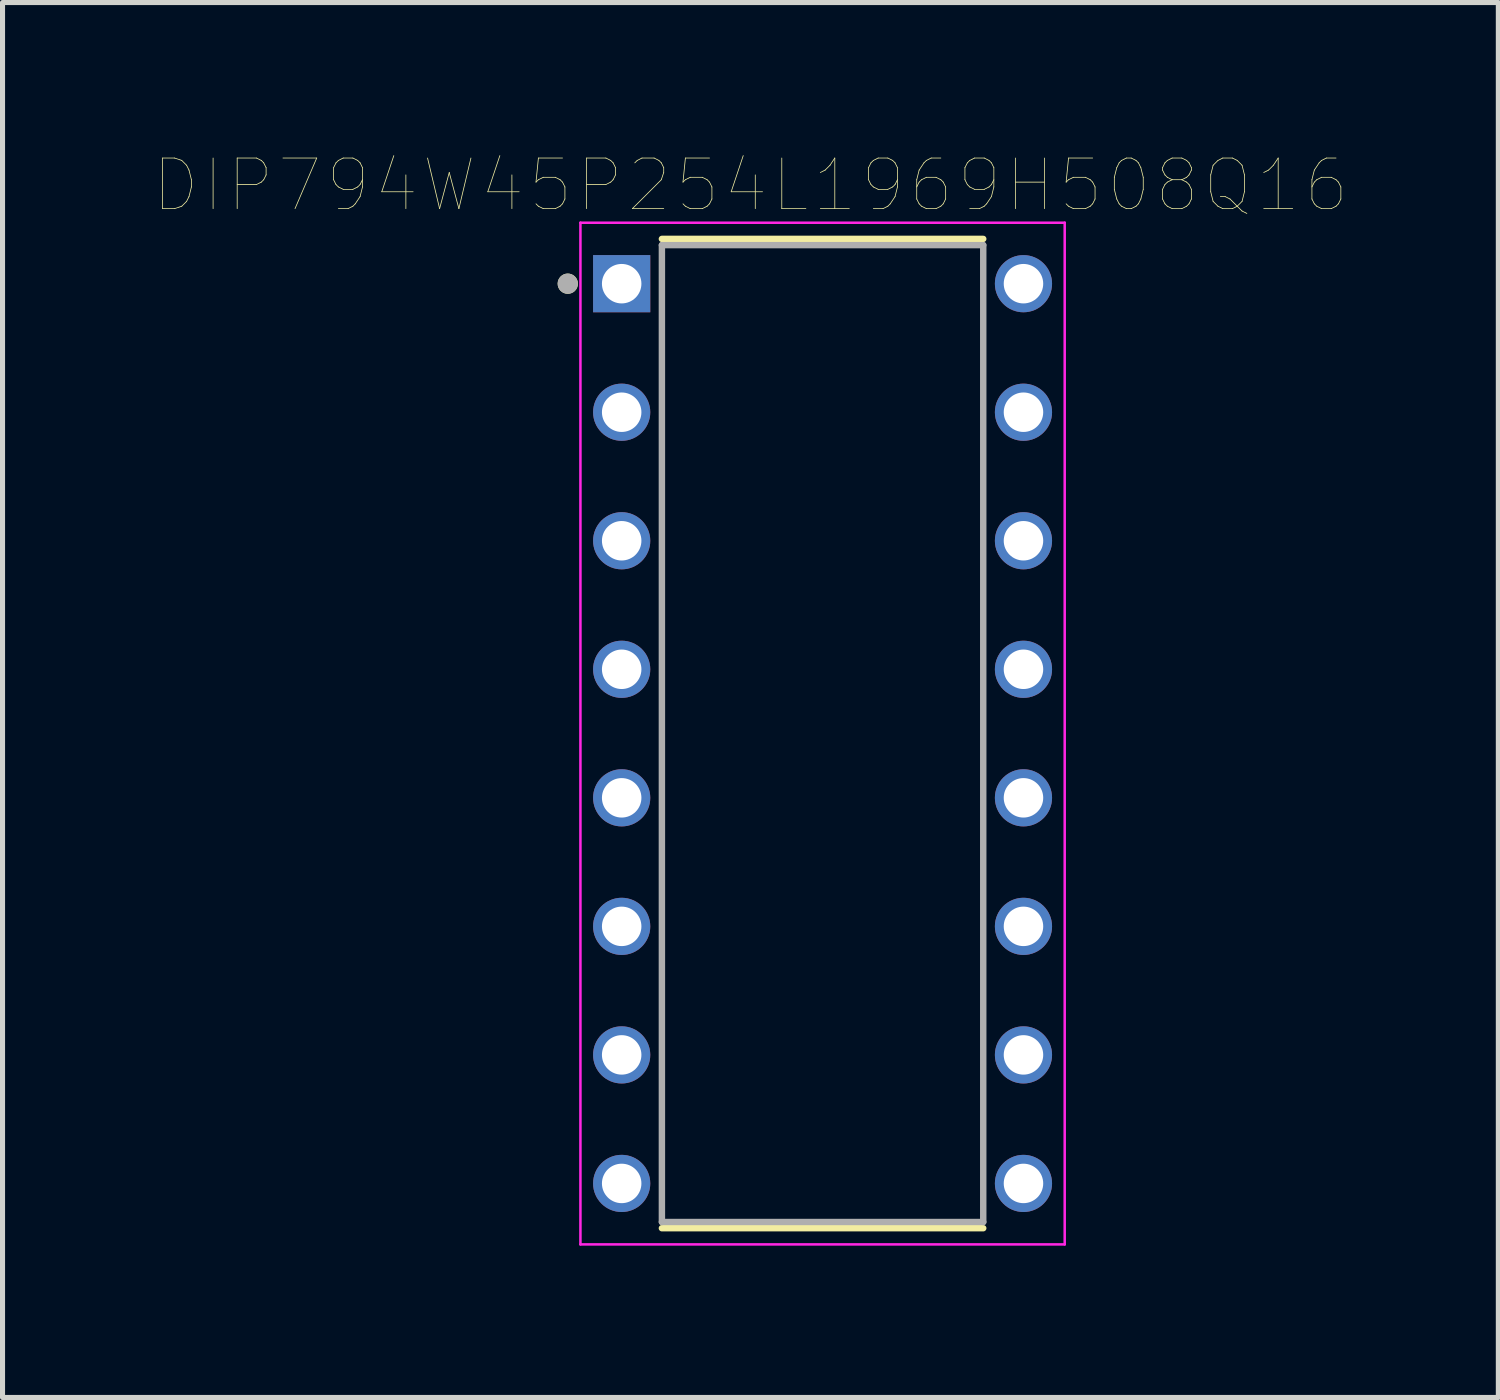
<source format=kicad_pcb>
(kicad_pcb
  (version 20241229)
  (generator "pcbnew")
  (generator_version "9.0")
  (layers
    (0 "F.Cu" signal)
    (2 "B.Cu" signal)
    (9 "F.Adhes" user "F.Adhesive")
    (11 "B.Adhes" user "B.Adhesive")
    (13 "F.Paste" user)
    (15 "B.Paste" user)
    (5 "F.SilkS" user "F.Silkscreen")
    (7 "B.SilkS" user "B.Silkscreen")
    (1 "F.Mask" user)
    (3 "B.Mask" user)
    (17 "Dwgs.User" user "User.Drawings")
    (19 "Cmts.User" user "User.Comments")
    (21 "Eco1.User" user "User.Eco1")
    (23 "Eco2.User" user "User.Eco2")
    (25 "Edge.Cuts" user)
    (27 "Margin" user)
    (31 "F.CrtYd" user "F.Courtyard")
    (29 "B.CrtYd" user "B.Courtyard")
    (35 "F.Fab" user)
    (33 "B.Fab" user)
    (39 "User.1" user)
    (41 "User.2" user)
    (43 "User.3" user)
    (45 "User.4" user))
  (footprint "DIP794W45P254L1969H508Q16"
    (layer "F.Cu")
    (at 13.205 11.446)
    (property "Reference" "DIP794W45P254L1969H508Q16" (at -1.425 -10.835 0) (layer "F.SilkS") (effects (font (size 1 1) (thickness 0.015))))
    (attr through_hole)
    (fp_line (start -3.175 -9.775) (end 3.175 -9.775) (stroke (width 0.127) (type solid)) (layer "F.SilkS"))
    (fp_line (start -3.175 9.775) (end 3.175 9.775) (stroke (width 0.127) (type solid)) (layer "F.SilkS"))
    (fp_circle (center -5.035 -8.89) (end -4.935 -8.89) (stroke (width 0.2) (type solid)) (fill no) (layer "F.SilkS"))
    (fp_line (start -4.785 -10.095) (end -4.785 10.095) (stroke (width 0.05) (type solid)) (layer "F.CrtYd"))
    (fp_line (start 4.785 -10.095) (end -4.785 -10.095) (stroke (width 0.05) (type solid)) (layer "F.CrtYd"))
    (fp_line (start 4.785 -10.095) (end 4.785 10.095) (stroke (width 0.05) (type solid)) (layer "F.CrtYd"))
    (fp_line (start 4.785 10.095) (end -4.785 10.095) (stroke (width 0.05) (type solid)) (layer "F.CrtYd"))
    (fp_line (start -3.175 -9.652) (end -3.175 9.652) (stroke (width 0.127) (type solid)) (layer "F.Fab"))
    (fp_line (start -3.175 -9.652) (end 3.175 -9.652) (stroke (width 0.127) (type solid)) (layer "F.Fab"))
    (fp_line (start -3.175 9.652) (end 3.175 9.652) (stroke (width 0.127) (type solid)) (layer "F.Fab"))
    (fp_line (start 3.175 -9.652) (end 3.175 9.652) (stroke (width 0.127) (type solid)) (layer "F.Fab"))
    (fp_circle (center -5.035 -8.89) (end -4.935 -8.89) (stroke (width 0.2) (type solid)) (fill no) (layer "F.Fab"))
    (pad "1" thru_hole rect (at -3.97 -8.89) (size 1.13 1.13) (drill 0.78) (layers "*.Cu" "*.Mask"))
    (pad "2" thru_hole circle (at -3.97 -6.35) (size 1.13 1.13) (drill 0.78) (layers "*.Cu" "*.Mask"))
    (pad "3" thru_hole circle (at -3.97 -3.81) (size 1.13 1.13) (drill 0.78) (layers "*.Cu" "*.Mask"))
    (pad "4" thru_hole circle (at -3.97 -1.27) (size 1.13 1.13) (drill 0.78) (layers "*.Cu" "*.Mask"))
    (pad "5" thru_hole circle (at -3.97 1.27) (size 1.13 1.13) (drill 0.78) (layers "*.Cu" "*.Mask"))
    (pad "6" thru_hole circle (at -3.97 3.81) (size 1.13 1.13) (drill 0.78) (layers "*.Cu" "*.Mask"))
    (pad "7" thru_hole circle (at -3.97 6.35) (size 1.13 1.13) (drill 0.78) (layers "*.Cu" "*.Mask"))
    (pad "8" thru_hole circle (at -3.97 8.89) (size 1.13 1.13) (drill 0.78) (layers "*.Cu" "*.Mask"))
    (pad "9" thru_hole circle (at 3.97 8.89) (size 1.13 1.13) (drill 0.78) (layers "*.Cu" "*.Mask"))
    (pad "10" thru_hole circle (at 3.97 6.35) (size 1.13 1.13) (drill 0.78) (layers "*.Cu" "*.Mask"))
    (pad "11" thru_hole circle (at 3.97 3.81) (size 1.13 1.13) (drill 0.78) (layers "*.Cu" "*.Mask"))
    (pad "12" thru_hole circle (at 3.97 1.27) (size 1.13 1.13) (drill 0.78) (layers "*.Cu" "*.Mask"))
    (pad "13" thru_hole circle (at 3.97 -1.27) (size 1.13 1.13) (drill 0.78) (layers "*.Cu" "*.Mask"))
    (pad "14" thru_hole circle (at 3.97 -3.81) (size 1.13 1.13) (drill 0.78) (layers "*.Cu" "*.Mask"))
    (pad "15" thru_hole circle (at 3.97 -6.35) (size 1.13 1.13) (drill 0.78) (layers "*.Cu" "*.Mask"))
    (pad "16" thru_hole circle (at 3.97 -8.89) (size 1.13 1.13) (drill 0.78) (layers "*.Cu" "*.Mask")))
  (gr_rect
    (start -3 -3)
    (end 26.559 24.566)
    (stroke (width 0.1) (type default))
    (fill no)
    (layer "Edge.Cuts")))
</source>
